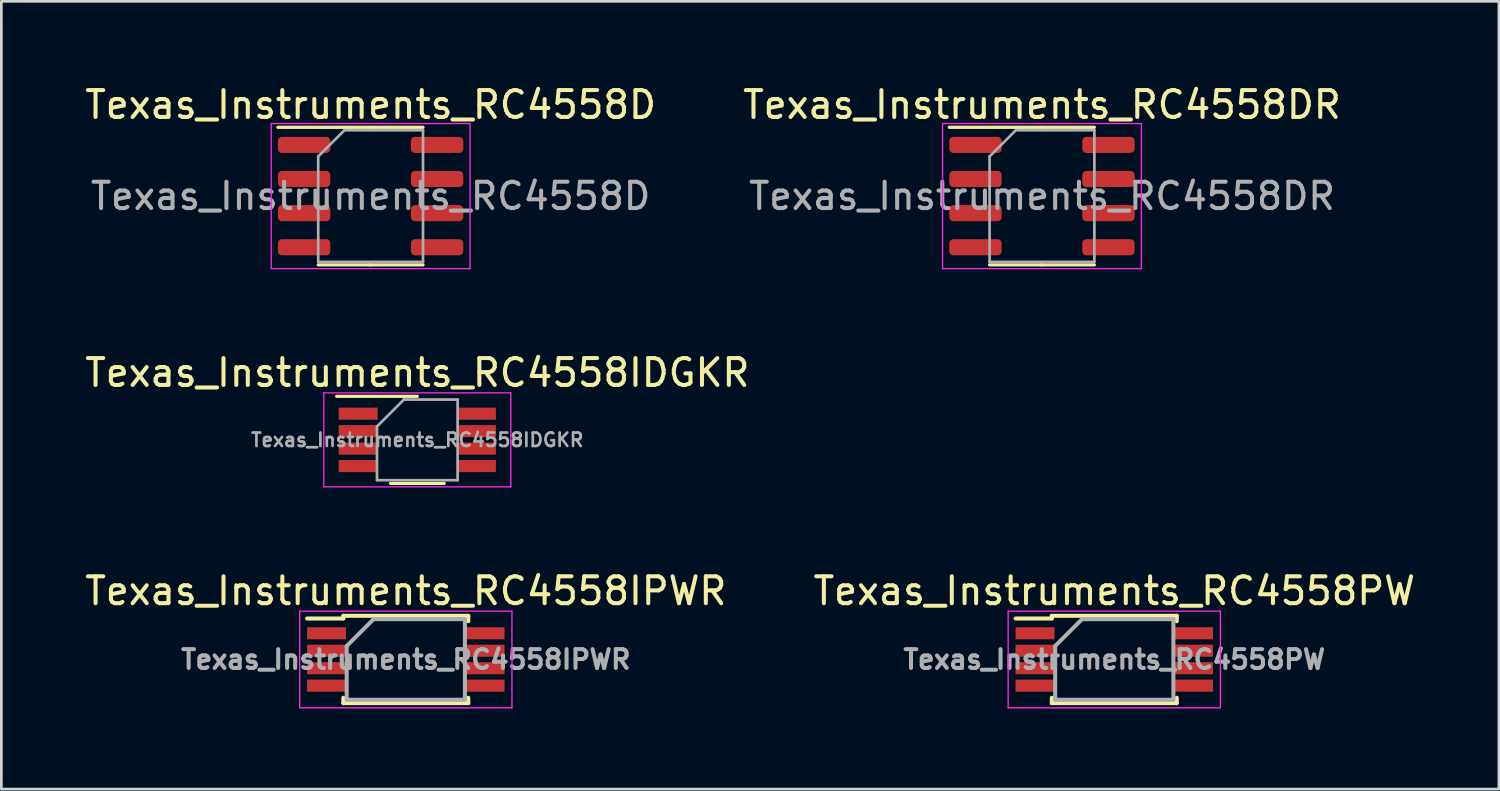
<source format=kicad_pcb>
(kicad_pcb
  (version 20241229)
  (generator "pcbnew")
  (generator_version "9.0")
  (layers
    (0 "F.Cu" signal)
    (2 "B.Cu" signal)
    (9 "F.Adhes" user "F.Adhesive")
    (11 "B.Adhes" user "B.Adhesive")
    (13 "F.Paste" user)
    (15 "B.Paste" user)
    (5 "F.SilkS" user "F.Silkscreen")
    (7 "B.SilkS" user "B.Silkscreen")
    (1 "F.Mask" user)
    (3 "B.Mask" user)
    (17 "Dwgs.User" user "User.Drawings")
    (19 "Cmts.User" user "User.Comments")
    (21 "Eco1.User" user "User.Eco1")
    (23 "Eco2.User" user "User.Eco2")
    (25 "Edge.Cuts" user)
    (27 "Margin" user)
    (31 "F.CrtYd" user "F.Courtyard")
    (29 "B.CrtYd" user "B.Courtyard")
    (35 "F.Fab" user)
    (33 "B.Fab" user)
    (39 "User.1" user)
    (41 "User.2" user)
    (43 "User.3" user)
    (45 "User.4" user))
  (footprint "Texas_Instruments_RC4558D"
    (layer "F.Cu")
    (at 10.744 4.248)
    (property "Reference" "Texas_Instruments_RC4558D" (at 0 -3.4 0) (layer "F.SilkS") (effects (font (size 1 1) (thickness 0.15))))
    (attr smd)
    (fp_line (start 0 -2.56) (end -3.45 -2.56) (stroke (width 0.12) (type solid)) (layer "F.SilkS"))
    (fp_line (start 0 -2.56) (end 1.95 -2.56) (stroke (width 0.12) (type solid)) (layer "F.SilkS"))
    (fp_line (start 0 2.56) (end -1.95 2.56) (stroke (width 0.12) (type solid)) (layer "F.SilkS"))
    (fp_line (start 0 2.56) (end 1.95 2.56) (stroke (width 0.12) (type solid)) (layer "F.SilkS"))
    (fp_line (start -3.7 -2.7) (end -3.7 2.7) (stroke (width 0.05) (type solid)) (layer "F.CrtYd"))
    (fp_line (start -3.7 2.7) (end 3.7 2.7) (stroke (width 0.05) (type solid)) (layer "F.CrtYd"))
    (fp_line (start 3.7 -2.7) (end -3.7 -2.7) (stroke (width 0.05) (type solid)) (layer "F.CrtYd"))
    (fp_line (start 3.7 2.7) (end 3.7 -2.7) (stroke (width 0.05) (type solid)) (layer "F.CrtYd"))
    (fp_line (start -1.95 -1.475) (end -0.975 -2.45) (stroke (width 0.1) (type solid)) (layer "F.Fab"))
    (fp_line (start -1.95 2.45) (end -1.95 -1.475) (stroke (width 0.1) (type solid)) (layer "F.Fab"))
    (fp_line (start -0.975 -2.45) (end 1.95 -2.45) (stroke (width 0.1) (type solid)) (layer "F.Fab"))
    (fp_line (start 1.95 -2.45) (end 1.95 2.45) (stroke (width 0.1) (type solid)) (layer "F.Fab"))
    (fp_line (start 1.95 2.45) (end -1.95 2.45) (stroke (width 0.1) (type solid)) (layer "F.Fab"))
    (fp_text user "${REFERENCE}" (at 0 0 0) (layer "F.Fab") (effects (font (size 0.98 0.98) (thickness 0.15))))
    (pad "1" smd roundrect (at -2.475 -1.905) (size 1.95 0.6) (layers "F.Cu" "F.Mask" "F.Paste") (roundrect_rratio 0.25))
    (pad "2" smd roundrect (at -2.475 -0.635) (size 1.95 0.6) (layers "F.Cu" "F.Mask" "F.Paste") (roundrect_rratio 0.25))
    (pad "3" smd roundrect (at -2.475 0.635) (size 1.95 0.6) (layers "F.Cu" "F.Mask" "F.Paste") (roundrect_rratio 0.25))
    (pad "4" smd roundrect (at -2.475 1.905) (size 1.95 0.6) (layers "F.Cu" "F.Mask" "F.Paste") (roundrect_rratio 0.25))
    (pad "5" smd roundrect (at 2.475 1.905) (size 1.95 0.6) (layers "F.Cu" "F.Mask" "F.Paste") (roundrect_rratio 0.25))
    (pad "6" smd roundrect (at 2.475 0.635) (size 1.95 0.6) (layers "F.Cu" "F.Mask" "F.Paste") (roundrect_rratio 0.25))
    (pad "7" smd roundrect (at 2.475 -0.635) (size 1.95 0.6) (layers "F.Cu" "F.Mask" "F.Paste") (roundrect_rratio 0.25))
    (pad "8" smd roundrect (at 2.475 -1.905) (size 1.95 0.6) (layers "F.Cu" "F.Mask" "F.Paste") (roundrect_rratio 0.25)))
  (footprint "Texas_Instruments_RC4558IDGKR"
    (layer "F.Cu")
    (at 12.482 13.322)
    (property "Reference" "Texas_Instruments_RC4558IDGKR" (at 0 -2.5 0) (layer "F.SilkS") (effects (font (size 1 1) (thickness 0.15))))
    (attr smd)
    (fp_line (start 0 -1.62) (end -3 -1.62) (stroke (width 0.12) (type solid)) (layer "F.SilkS"))
    (fp_line (start 1 1.62) (end -1 1.62) (stroke (width 0.12) (type solid)) (layer "F.SilkS"))
    (fp_line (start -3.48 -1.75) (end 3.48 -1.75) (stroke (width 0.05) (type solid)) (layer "F.CrtYd"))
    (fp_line (start -3.48 1.75) (end -3.48 -1.75) (stroke (width 0.05) (type solid)) (layer "F.CrtYd"))
    (fp_line (start 3.48 -1.75) (end 3.48 1.75) (stroke (width 0.05) (type solid)) (layer "F.CrtYd"))
    (fp_line (start 3.48 1.75) (end -3.48 1.75) (stroke (width 0.05) (type solid)) (layer "F.CrtYd"))
    (fp_line (start -1.5 1.5) (end -1.5 -0.5) (stroke (width 0.1) (type solid)) (layer "F.Fab"))
    (fp_line (start -0.5 -1.5) (end -1.5 -0.5) (stroke (width 0.1) (type solid)) (layer "F.Fab"))
    (fp_line (start -0.5 -1.5) (end 1.5 -1.5) (stroke (width 0.1) (type solid)) (layer "F.Fab"))
    (fp_line (start 1.5 -1.5) (end 1.5 1.5) (stroke (width 0.1) (type solid)) (layer "F.Fab"))
    (fp_line (start 1.5 1.5) (end -1.5 1.5) (stroke (width 0.1) (type solid)) (layer "F.Fab"))
    (fp_text user "${REFERENCE}" (at 0 0 0) (layer "F.Fab") (effects (font (size 0.5 0.5) (thickness 0.1))))
    (pad "1" smd rect (at -2.2 -0.975 270) (size 0.45 1.45) (layers "F.Cu" "F.Mask" "F.Paste"))
    (pad "2" smd rect (at -2.2 -0.325 270) (size 0.45 1.45) (layers "F.Cu" "F.Mask" "F.Paste"))
    (pad "3" smd rect (at -2.2 0.325 270) (size 0.45 1.45) (layers "F.Cu" "F.Mask" "F.Paste"))
    (pad "4" smd rect (at -2.2 0.975 270) (size 0.45 1.45) (layers "F.Cu" "F.Mask" "F.Paste"))
    (pad "5" smd rect (at 2.2 0.975 270) (size 0.45 1.45) (layers "F.Cu" "F.Mask" "F.Paste"))
    (pad "6" smd rect (at 2.2 0.325 270) (size 0.45 1.45) (layers "F.Cu" "F.Mask" "F.Paste"))
    (pad "7" smd rect (at 2.2 -0.325 270) (size 0.45 1.45) (layers "F.Cu" "F.Mask" "F.Paste"))
    (pad "8" smd rect (at 2.2 -0.975 270) (size 0.45 1.45) (layers "F.Cu" "F.Mask" "F.Paste")))
  (footprint "Texas_Instruments_RC4558PW"
    (layer "F.Cu")
    (at 38.423 21.495)
    (property "Reference" "Texas_Instruments_RC4558PW" (at 0 -2.55 0) (layer "F.SilkS") (effects (font (size 1 1) (thickness 0.15))))
    (attr smd)
    (fp_line (start -2.325 -1.625) (end -2.325 -1.525) (stroke (width 0.15) (type solid)) (layer "F.SilkS"))
    (fp_line (start -2.325 -1.625) (end 2.325 -1.625) (stroke (width 0.15) (type solid)) (layer "F.SilkS"))
    (fp_line (start -2.325 -1.525) (end -3.675 -1.525) (stroke (width 0.15) (type solid)) (layer "F.SilkS"))
    (fp_line (start -2.325 1.625) (end -2.325 1.425) (stroke (width 0.15) (type solid)) (layer "F.SilkS"))
    (fp_line (start -2.325 1.625) (end 2.325 1.625) (stroke (width 0.15) (type solid)) (layer "F.SilkS"))
    (fp_line (start 2.325 -1.625) (end 2.325 -1.425) (stroke (width 0.15) (type solid)) (layer "F.SilkS"))
    (fp_line (start 2.325 1.625) (end 2.325 1.425) (stroke (width 0.15) (type solid)) (layer "F.SilkS"))
    (fp_line (start -3.95 -1.8) (end -3.95 1.8) (stroke (width 0.05) (type solid)) (layer "F.CrtYd"))
    (fp_line (start -3.95 -1.8) (end 3.95 -1.8) (stroke (width 0.05) (type solid)) (layer "F.CrtYd"))
    (fp_line (start -3.95 1.8) (end 3.95 1.8) (stroke (width 0.05) (type solid)) (layer "F.CrtYd"))
    (fp_line (start 3.95 -1.8) (end 3.95 1.8) (stroke (width 0.05) (type solid)) (layer "F.CrtYd"))
    (fp_line (start -2.2 -0.5) (end -1.2 -1.5) (stroke (width 0.15) (type solid)) (layer "F.Fab"))
    (fp_line (start -2.2 1.5) (end -2.2 -0.5) (stroke (width 0.15) (type solid)) (layer "F.Fab"))
    (fp_line (start -1.2 -1.5) (end 2.2 -1.5) (stroke (width 0.15) (type solid)) (layer "F.Fab"))
    (fp_line (start 2.2 -1.5) (end 2.2 1.5) (stroke (width 0.15) (type solid)) (layer "F.Fab"))
    (fp_line (start 2.2 1.5) (end -2.2 1.5) (stroke (width 0.15) (type solid)) (layer "F.Fab"))
    (fp_text user "${REFERENCE}" (at 0 0 0) (layer "F.Fab") (effects (font (size 0.7 0.7) (thickness 0.15))))
    (pad "1" smd rect (at -2.95 -0.975) (size 1.45 0.45) (layers "F.Cu" "F.Mask" "F.Paste"))
    (pad "2" smd rect (at -2.95 -0.325) (size 1.45 0.45) (layers "F.Cu" "F.Mask" "F.Paste"))
    (pad "3" smd rect (at -2.95 0.325) (size 1.45 0.45) (layers "F.Cu" "F.Mask" "F.Paste"))
    (pad "4" smd rect (at -2.95 0.975) (size 1.45 0.45) (layers "F.Cu" "F.Mask" "F.Paste"))
    (pad "5" smd rect (at 2.95 0.975) (size 1.45 0.45) (layers "F.Cu" "F.Mask" "F.Paste"))
    (pad "6" smd rect (at 2.95 0.325) (size 1.45 0.45) (layers "F.Cu" "F.Mask" "F.Paste"))
    (pad "7" smd rect (at 2.95 -0.325) (size 1.45 0.45) (layers "F.Cu" "F.Mask" "F.Paste"))
    (pad "8" smd rect (at 2.95 -0.975) (size 1.45 0.45) (layers "F.Cu" "F.Mask" "F.Paste")))
  (footprint "Texas_Instruments_RC4558IPWR"
    (layer "F.Cu")
    (at 12.054 21.495)
    (property "Reference" "Texas_Instruments_RC4558IPWR" (at 0 -2.55 0) (layer "F.SilkS") (effects (font (size 1 1) (thickness 0.15))))
    (attr smd)
    (fp_line (start -2.325 -1.625) (end -2.325 -1.525) (stroke (width 0.15) (type solid)) (layer "F.SilkS"))
    (fp_line (start -2.325 -1.625) (end 2.325 -1.625) (stroke (width 0.15) (type solid)) (layer "F.SilkS"))
    (fp_line (start -2.325 -1.525) (end -3.675 -1.525) (stroke (width 0.15) (type solid)) (layer "F.SilkS"))
    (fp_line (start -2.325 1.625) (end -2.325 1.425) (stroke (width 0.15) (type solid)) (layer "F.SilkS"))
    (fp_line (start -2.325 1.625) (end 2.325 1.625) (stroke (width 0.15) (type solid)) (layer "F.SilkS"))
    (fp_line (start 2.325 -1.625) (end 2.325 -1.425) (stroke (width 0.15) (type solid)) (layer "F.SilkS"))
    (fp_line (start 2.325 1.625) (end 2.325 1.425) (stroke (width 0.15) (type solid)) (layer "F.SilkS"))
    (fp_line (start -3.95 -1.8) (end -3.95 1.8) (stroke (width 0.05) (type solid)) (layer "F.CrtYd"))
    (fp_line (start -3.95 -1.8) (end 3.95 -1.8) (stroke (width 0.05) (type solid)) (layer "F.CrtYd"))
    (fp_line (start -3.95 1.8) (end 3.95 1.8) (stroke (width 0.05) (type solid)) (layer "F.CrtYd"))
    (fp_line (start 3.95 -1.8) (end 3.95 1.8) (stroke (width 0.05) (type solid)) (layer "F.CrtYd"))
    (fp_line (start -2.2 -0.5) (end -1.2 -1.5) (stroke (width 0.15) (type solid)) (layer "F.Fab"))
    (fp_line (start -2.2 1.5) (end -2.2 -0.5) (stroke (width 0.15) (type solid)) (layer "F.Fab"))
    (fp_line (start -1.2 -1.5) (end 2.2 -1.5) (stroke (width 0.15) (type solid)) (layer "F.Fab"))
    (fp_line (start 2.2 -1.5) (end 2.2 1.5) (stroke (width 0.15) (type solid)) (layer "F.Fab"))
    (fp_line (start 2.2 1.5) (end -2.2 1.5) (stroke (width 0.15) (type solid)) (layer "F.Fab"))
    (fp_text user "${REFERENCE}" (at 0 0 0) (layer "F.Fab") (effects (font (size 0.7 0.7) (thickness 0.15))))
    (pad "1" smd rect (at -2.95 -0.975) (size 1.45 0.45) (layers "F.Cu" "F.Mask" "F.Paste"))
    (pad "2" smd rect (at -2.95 -0.325) (size 1.45 0.45) (layers "F.Cu" "F.Mask" "F.Paste"))
    (pad "3" smd rect (at -2.95 0.325) (size 1.45 0.45) (layers "F.Cu" "F.Mask" "F.Paste"))
    (pad "4" smd rect (at -2.95 0.975) (size 1.45 0.45) (layers "F.Cu" "F.Mask" "F.Paste"))
    (pad "5" smd rect (at 2.95 0.975) (size 1.45 0.45) (layers "F.Cu" "F.Mask" "F.Paste"))
    (pad "6" smd rect (at 2.95 0.325) (size 1.45 0.45) (layers "F.Cu" "F.Mask" "F.Paste"))
    (pad "7" smd rect (at 2.95 -0.325) (size 1.45 0.45) (layers "F.Cu" "F.Mask" "F.Paste"))
    (pad "8" smd rect (at 2.95 -0.975) (size 1.45 0.45) (layers "F.Cu" "F.Mask" "F.Paste")))
  (footprint "Texas_Instruments_RC4558DR"
    (layer "F.Cu")
    (at 35.732 4.248)
    (property "Reference" "Texas_Instruments_RC4558DR" (at 0 -3.4 0) (layer "F.SilkS") (effects (font (size 1 1) (thickness 0.15))))
    (attr smd)
    (fp_line (start 0 -2.56) (end -3.45 -2.56) (stroke (width 0.12) (type solid)) (layer "F.SilkS"))
    (fp_line (start 0 -2.56) (end 1.95 -2.56) (stroke (width 0.12) (type solid)) (layer "F.SilkS"))
    (fp_line (start 0 2.56) (end -1.95 2.56) (stroke (width 0.12) (type solid)) (layer "F.SilkS"))
    (fp_line (start 0 2.56) (end 1.95 2.56) (stroke (width 0.12) (type solid)) (layer "F.SilkS"))
    (fp_line (start -3.7 -2.7) (end -3.7 2.7) (stroke (width 0.05) (type solid)) (layer "F.CrtYd"))
    (fp_line (start -3.7 2.7) (end 3.7 2.7) (stroke (width 0.05) (type solid)) (layer "F.CrtYd"))
    (fp_line (start 3.7 -2.7) (end -3.7 -2.7) (stroke (width 0.05) (type solid)) (layer "F.CrtYd"))
    (fp_line (start 3.7 2.7) (end 3.7 -2.7) (stroke (width 0.05) (type solid)) (layer "F.CrtYd"))
    (fp_line (start -1.95 -1.475) (end -0.975 -2.45) (stroke (width 0.1) (type solid)) (layer "F.Fab"))
    (fp_line (start -1.95 2.45) (end -1.95 -1.475) (stroke (width 0.1) (type solid)) (layer "F.Fab"))
    (fp_line (start -0.975 -2.45) (end 1.95 -2.45) (stroke (width 0.1) (type solid)) (layer "F.Fab"))
    (fp_line (start 1.95 -2.45) (end 1.95 2.45) (stroke (width 0.1) (type solid)) (layer "F.Fab"))
    (fp_line (start 1.95 2.45) (end -1.95 2.45) (stroke (width 0.1) (type solid)) (layer "F.Fab"))
    (fp_text user "${REFERENCE}" (at 0 0 0) (layer "F.Fab") (effects (font (size 0.98 0.98) (thickness 0.15))))
    (pad "1" smd roundrect (at -2.475 -1.905) (size 1.95 0.6) (layers "F.Cu" "F.Mask" "F.Paste") (roundrect_rratio 0.25))
    (pad "2" smd roundrect (at -2.475 -0.635) (size 1.95 0.6) (layers "F.Cu" "F.Mask" "F.Paste") (roundrect_rratio 0.25))
    (pad "3" smd roundrect (at -2.475 0.635) (size 1.95 0.6) (layers "F.Cu" "F.Mask" "F.Paste") (roundrect_rratio 0.25))
    (pad "4" smd roundrect (at -2.475 1.905) (size 1.95 0.6) (layers "F.Cu" "F.Mask" "F.Paste") (roundrect_rratio 0.25))
    (pad "5" smd roundrect (at 2.475 1.905) (size 1.95 0.6) (layers "F.Cu" "F.Mask" "F.Paste") (roundrect_rratio 0.25))
    (pad "6" smd roundrect (at 2.475 0.635) (size 1.95 0.6) (layers "F.Cu" "F.Mask" "F.Paste") (roundrect_rratio 0.25))
    (pad "7" smd roundrect (at 2.475 -0.635) (size 1.95 0.6) (layers "F.Cu" "F.Mask" "F.Paste") (roundrect_rratio 0.25))
    (pad "8" smd roundrect (at 2.475 -1.905) (size 1.95 0.6) (layers "F.Cu" "F.Mask" "F.Paste") (roundrect_rratio 0.25)))
  (gr_rect
    (start -3 -3)
    (end 52.738 26.32)
    (stroke (width 0.1) (type default))
    (fill no)
    (layer "Edge.Cuts")))
</source>
